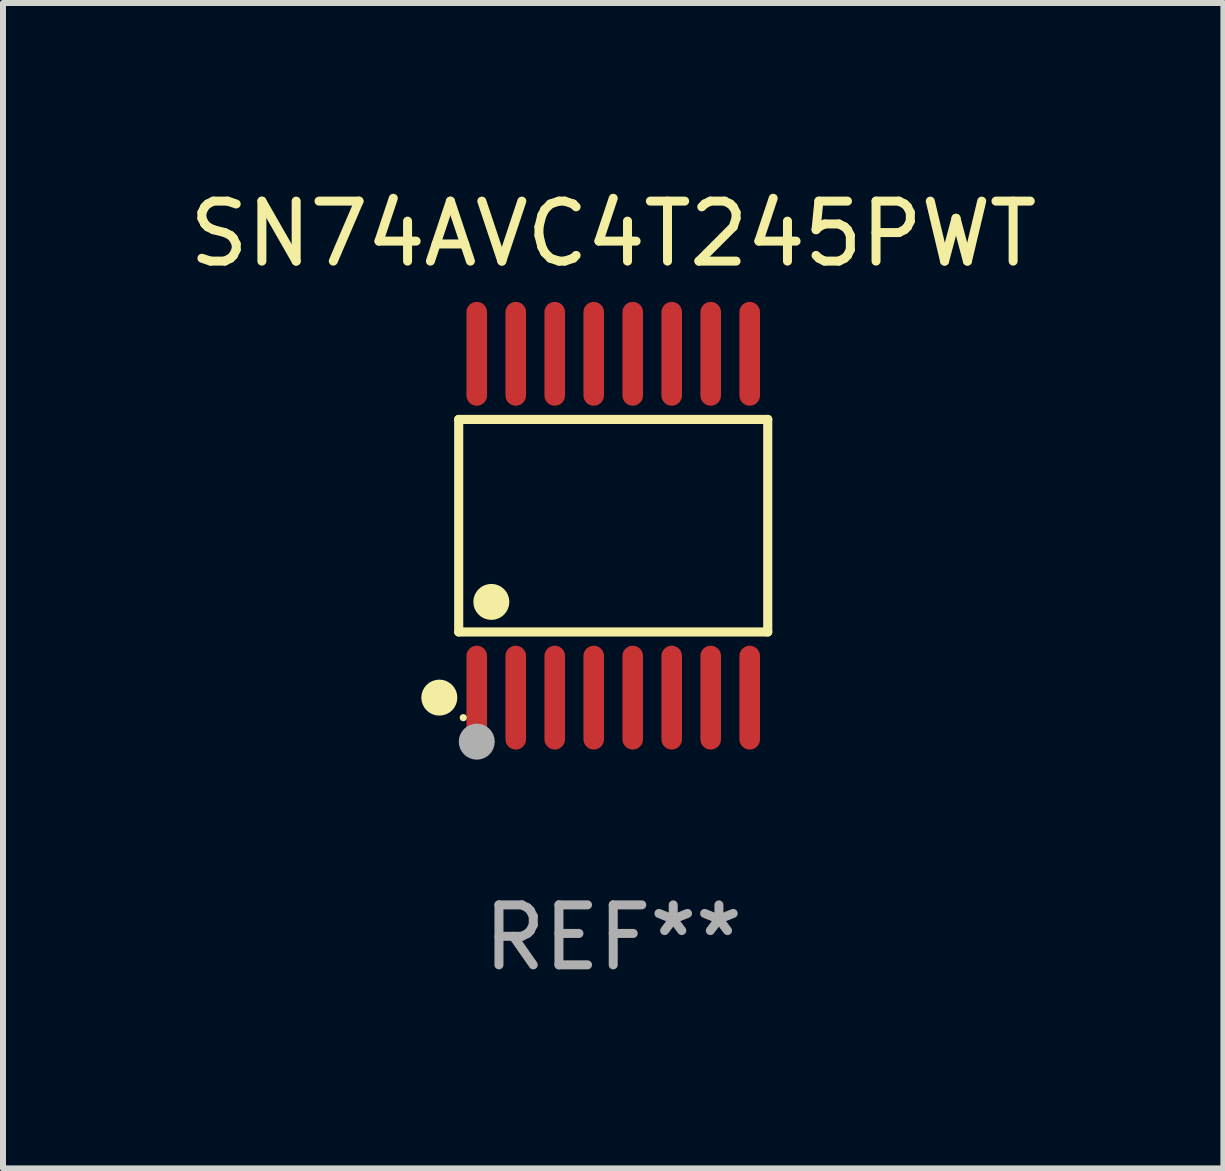
<source format=kicad_pcb>
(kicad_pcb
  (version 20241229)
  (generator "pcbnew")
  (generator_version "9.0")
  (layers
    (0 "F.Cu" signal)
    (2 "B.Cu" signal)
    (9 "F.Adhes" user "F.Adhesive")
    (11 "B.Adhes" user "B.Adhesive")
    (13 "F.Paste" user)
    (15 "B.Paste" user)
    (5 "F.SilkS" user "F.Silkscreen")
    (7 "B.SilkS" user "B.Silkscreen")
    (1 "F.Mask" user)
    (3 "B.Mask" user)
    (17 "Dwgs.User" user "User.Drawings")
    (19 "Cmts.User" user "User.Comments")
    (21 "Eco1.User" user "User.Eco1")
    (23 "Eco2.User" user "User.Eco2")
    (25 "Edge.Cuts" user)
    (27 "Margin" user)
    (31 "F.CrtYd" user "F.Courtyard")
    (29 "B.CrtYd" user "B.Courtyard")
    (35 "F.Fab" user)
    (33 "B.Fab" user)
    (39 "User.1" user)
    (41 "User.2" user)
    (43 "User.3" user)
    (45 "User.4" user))
  (footprint "SN74AVC4T245PWT"
    (layer "F.Cu")
    (at 7.173 5.714)
    (property "Reference" "SN74AVC4T245PWT" (at 0 -4.866 0) (layer "F.SilkS") (effects (font (size 1 1) (thickness 0.15))))
    (attr through_hole)
    (fp_line (start -2.576 -1.772) (end 2.576 -1.772) (stroke (width 0.152) (type solid)) (layer "F.SilkS"))
    (fp_line (start -2.576 1.771) (end -2.576 -1.772) (stroke (width 0.152) (type solid)) (layer "F.SilkS"))
    (fp_line (start 2.576 -1.772) (end 2.576 1.771) (stroke (width 0.152) (type solid)) (layer "F.SilkS"))
    (fp_line (start 2.576 1.771) (end -2.576 1.771) (stroke (width 0.152) (type solid)) (layer "F.SilkS"))
    (fp_circle (center -2.899 2.866) (end -2.749 2.866) (stroke (width 0.3) (type solid)) (fill no) (layer "F.SilkS"))
    (fp_circle (center -2.5 3.2) (end -2.47 3.2) (stroke (width 0.06) (type solid)) (fill no) (layer "F.SilkS"))
    (fp_circle (center -2.032 1.27) (end -1.882 1.27) (stroke (width 0.3) (type solid)) (fill no) (layer "F.SilkS"))
    (fp_circle (center -2.275 3.6) (end -2.125 3.6) (stroke (width 0.3) (type solid)) (fill no) (layer "F.Fab"))
    (fp_text user "REF**" (at 0 6.866 0) (layer "F.Fab") (effects (font (size 1 1) (thickness 0.15))))
    (pad "1" smd oval (at -2.275 2.866) (size 0.343 1.731) (layers "F.Cu" "F.Mask" "F.Paste"))
    (pad "2" smd oval (at -1.625 2.866) (size 0.343 1.731) (layers "F.Cu" "F.Mask" "F.Paste"))
    (pad "3" smd oval (at -0.975 2.866) (size 0.343 1.731) (layers "F.Cu" "F.Mask" "F.Paste"))
    (pad "4" smd oval (at -0.325 2.866) (size 0.343 1.731) (layers "F.Cu" "F.Mask" "F.Paste"))
    (pad "5" smd oval (at 0.325 2.866) (size 0.343 1.731) (layers "F.Cu" "F.Mask" "F.Paste"))
    (pad "6" smd oval (at 0.975 2.866) (size 0.343 1.731) (layers "F.Cu" "F.Mask" "F.Paste"))
    (pad "7" smd oval (at 1.625 2.866) (size 0.343 1.731) (layers "F.Cu" "F.Mask" "F.Paste"))
    (pad "8" smd oval (at 2.275 2.866) (size 0.343 1.731) (layers "F.Cu" "F.Mask" "F.Paste"))
    (pad "9" smd oval (at 2.275 -2.866) (size 0.343 1.731) (layers "F.Cu" "F.Mask" "F.Paste"))
    (pad "10" smd oval (at 1.625 -2.866) (size 0.343 1.731) (layers "F.Cu" "F.Mask" "F.Paste"))
    (pad "11" smd oval (at 0.975 -2.866) (size 0.343 1.731) (layers "F.Cu" "F.Mask" "F.Paste"))
    (pad "12" smd oval (at 0.325 -2.866) (size 0.343 1.731) (layers "F.Cu" "F.Mask" "F.Paste"))
    (pad "13" smd oval (at -0.325 -2.866) (size 0.343 1.731) (layers "F.Cu" "F.Mask" "F.Paste"))
    (pad "14" smd oval (at -0.975 -2.866) (size 0.343 1.731) (layers "F.Cu" "F.Mask" "F.Paste"))
    (pad "15" smd oval (at -1.625 -2.866) (size 0.343 1.731) (layers "F.Cu" "F.Mask" "F.Paste"))
    (pad "16" smd oval (at -2.275 -2.866) (size 0.343 1.731) (layers "F.Cu" "F.Mask" "F.Paste")))
  (gr_rect
    (start -3 -3)
    (end 17.345 16.428)
    (stroke (width 0.1) (type default))
    (fill no)
    (layer "Edge.Cuts")))
</source>
